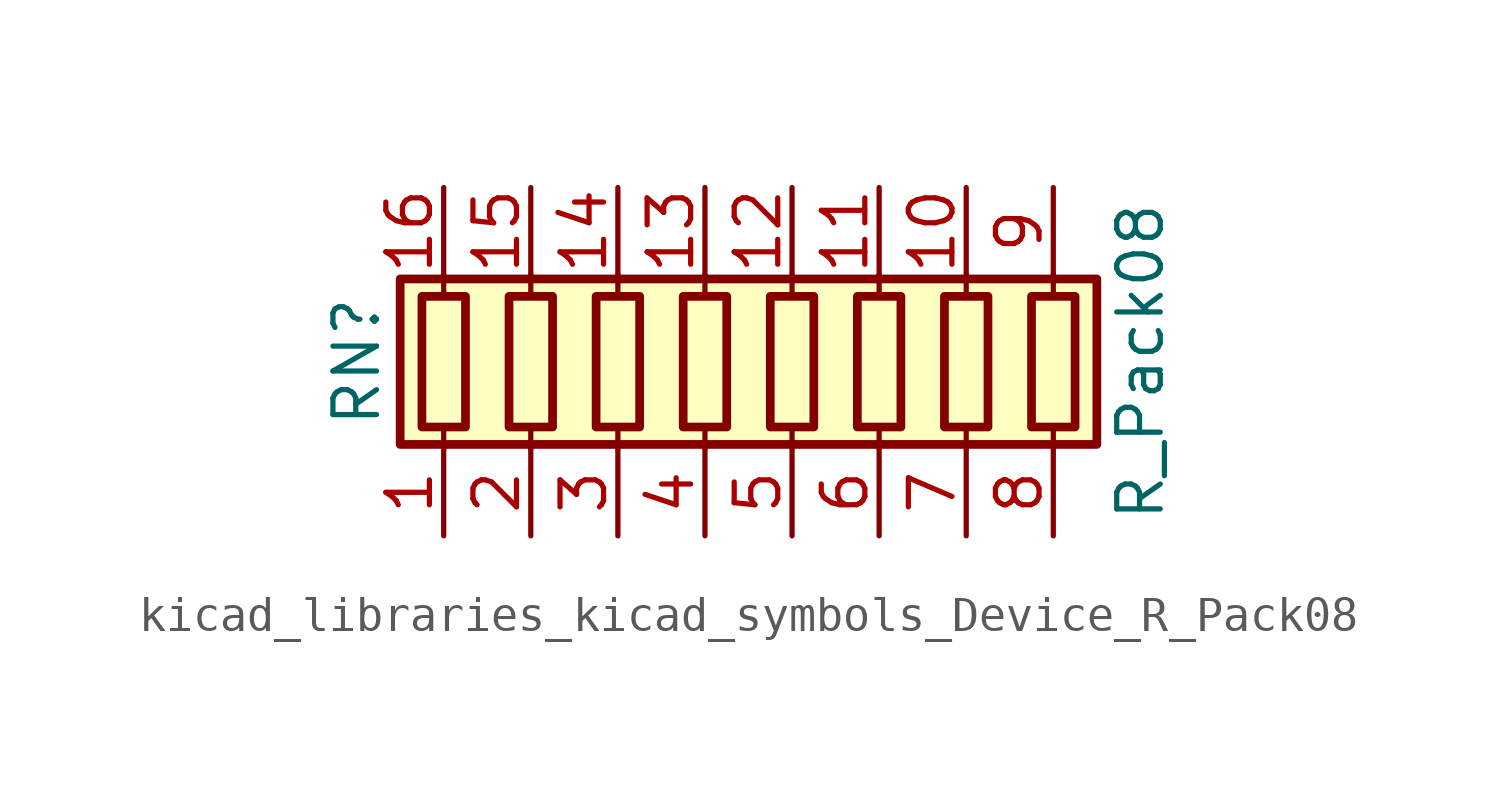
<source format=kicad_sym>
(kicad_symbol_lib
  (version 20220914)
  (generator kicad_symbol_editor)
  (symbol "kicad_libraries_kicad_symbols_Device_R_Pack08"
    (pin_names
      (offset 0) hide)
    (property "Reference" "RN"
      (at -12.7 0 90)
      (effects (font (size 1.27 1.27))))
    (property "Value" "R_Pack08"
      (at 10.16 0 90)
      (effects (font (size 1.27 1.27))))
    (symbol "kicad_libraries_kicad_symbols_Device_R_Pack08_0_1"
      (rectangle (start -11.43 -2.413) (end 8.89 2.413) (stroke (width 0.254) (type default)) (fill (type background)))
      (rectangle (start -10.795 1.905) (end -9.525 -1.905) (stroke (width 0.254) (type default)) (fill (type none)))
      (rectangle (start -8.255 1.905) (end -6.985 -1.905) (stroke (width 0.254) (type default)) (fill (type none)))
      (rectangle (start -5.715 1.905) (end -4.445 -1.905) (stroke (width 0.254) (type default)) (fill (type none)))
      (rectangle (start -3.175 1.905) (end -1.905 -1.905) (stroke (width 0.254) (type default)) (fill (type none)))
      (rectangle (start -0.635 1.905) (end 0.635 -1.905) (stroke (width 0.254) (type default)) (fill (type none)))
      (polyline (pts (xy -10.16 -2.54) (xy -10.16 -1.905)) (stroke (width 0) (type default)) (fill (type none)))
      (polyline (pts (xy -10.16 1.905) (xy -10.16 2.54)) (stroke (width 0) (type default)) (fill (type none)))
      (polyline (pts (xy -7.62 -2.54) (xy -7.62 -1.905)) (stroke (width 0) (type default)) (fill (type none)))
      (polyline (pts (xy -7.62 1.905) (xy -7.62 2.54)) (stroke (width 0) (type default)) (fill (type none)))
      (polyline (pts (xy -5.08 -2.54) (xy -5.08 -1.905)) (stroke (width 0) (type default)) (fill (type none)))
      (polyline (pts (xy -5.08 1.905) (xy -5.08 2.54)) (stroke (width 0) (type default)) (fill (type none)))
      (polyline (pts (xy -2.54 -2.54) (xy -2.54 -1.905)) (stroke (width 0) (type default)) (fill (type none)))
      (polyline (pts (xy -2.54 1.905) (xy -2.54 2.54)) (stroke (width 0) (type default)) (fill (type none)))
      (polyline (pts (xy 0 -2.54) (xy 0 -1.905)) (stroke (width 0) (type default)) (fill (type none)))
      (polyline (pts (xy 0 1.905) (xy 0 2.54)) (stroke (width 0) (type default)) (fill (type none)))
      (polyline (pts (xy 2.54 -2.54) (xy 2.54 -1.905)) (stroke (width 0) (type default)) (fill (type none)))
      (polyline (pts (xy 2.54 1.905) (xy 2.54 2.54)) (stroke (width 0) (type default)) (fill (type none)))
      (polyline (pts (xy 5.08 -2.54) (xy 5.08 -1.905)) (stroke (width 0) (type default)) (fill (type none)))
      (polyline (pts (xy 5.08 1.905) (xy 5.08 2.54)) (stroke (width 0) (type default)) (fill (type none)))
      (polyline (pts (xy 7.62 -2.54) (xy 7.62 -1.905)) (stroke (width 0) (type default)) (fill (type none)))
      (polyline (pts (xy 7.62 1.905) (xy 7.62 2.54)) (stroke (width 0) (type default)) (fill (type none)))
      (rectangle (start 1.905 1.905) (end 3.175 -1.905) (stroke (width 0.254) (type default)) (fill (type none)))
      (rectangle (start 4.445 1.905) (end 5.715 -1.905) (stroke (width 0.254) (type default)) (fill (type none)))
      (rectangle (start 6.985 1.905) (end 8.255 -1.905) (stroke (width 0.254) (type default)) (fill (type none))))
    (symbol "kicad_libraries_kicad_symbols_Device_R_Pack08_1_1"
      (pin passive line (at -10.16 -5.08 90) (length 2.54) (name "R1.1" (effects (font (size 1.27 1.27)))) (number "1" (effects (font (size 1.27 1.27)))))
      (pin passive line (at 5.08 5.08 270) (length 2.54) (name "R7.2" (effects (font (size 1.27 1.27)))) (number "10" (effects (font (size 1.27 1.27)))))
      (pin passive line (at 2.54 5.08 270) (length 2.54) (name "R6.2" (effects (font (size 1.27 1.27)))) (number "11" (effects (font (size 1.27 1.27)))))
      (pin passive line (at 0 5.08 270) (length 2.54) (name "R5.2" (effects (font (size 1.27 1.27)))) (number "12" (effects (font (size 1.27 1.27)))))
      (pin passive line (at -2.54 5.08 270) (length 2.54) (name "R4.2" (effects (font (size 1.27 1.27)))) (number "13" (effects (font (size 1.27 1.27)))))
      (pin passive line (at -5.08 5.08 270) (length 2.54) (name "R3.2" (effects (font (size 1.27 1.27)))) (number "14" (effects (font (size 1.27 1.27)))))
      (pin passive line (at -7.62 5.08 270) (length 2.54) (name "R2.2" (effects (font (size 1.27 1.27)))) (number "15" (effects (font (size 1.27 1.27)))))
      (pin passive line (at -10.16 5.08 270) (length 2.54) (name "R1.2" (effects (font (size 1.27 1.27)))) (number "16" (effects (font (size 1.27 1.27)))))
      (pin passive line (at -7.62 -5.08 90) (length 2.54) (name "R2.1" (effects (font (size 1.27 1.27)))) (number "2" (effects (font (size 1.27 1.27)))))
      (pin passive line (at -5.08 -5.08 90) (length 2.54) (name "R3.1" (effects (font (size 1.27 1.27)))) (number "3" (effects (font (size 1.27 1.27)))))
      (pin passive line (at -2.54 -5.08 90) (length 2.54) (name "R4.1" (effects (font (size 1.27 1.27)))) (number "4" (effects (font (size 1.27 1.27)))))
      (pin passive line (at 0 -5.08 90) (length 2.54) (name "R5.1" (effects (font (size 1.27 1.27)))) (number "5" (effects (font (size 1.27 1.27)))))
      (pin passive line (at 2.54 -5.08 90) (length 2.54) (name "R6.1" (effects (font (size 1.27 1.27)))) (number "6" (effects (font (size 1.27 1.27)))))
      (pin passive line (at 5.08 -5.08 90) (length 2.54) (name "R7.1" (effects (font (size 1.27 1.27)))) (number "7" (effects (font (size 1.27 1.27)))))
      (pin passive line (at 7.62 -5.08 90) (length 2.54) (name "R8.1" (effects (font (size 1.27 1.27)))) (number "8" (effects (font (size 1.27 1.27)))))
      (pin passive line (at 7.62 5.08 270) (length 2.54) (name "R8.2" (effects (font (size 1.27 1.27)))) (number "9" (effects (font (size 1.27 1.27))))))))
</source>
